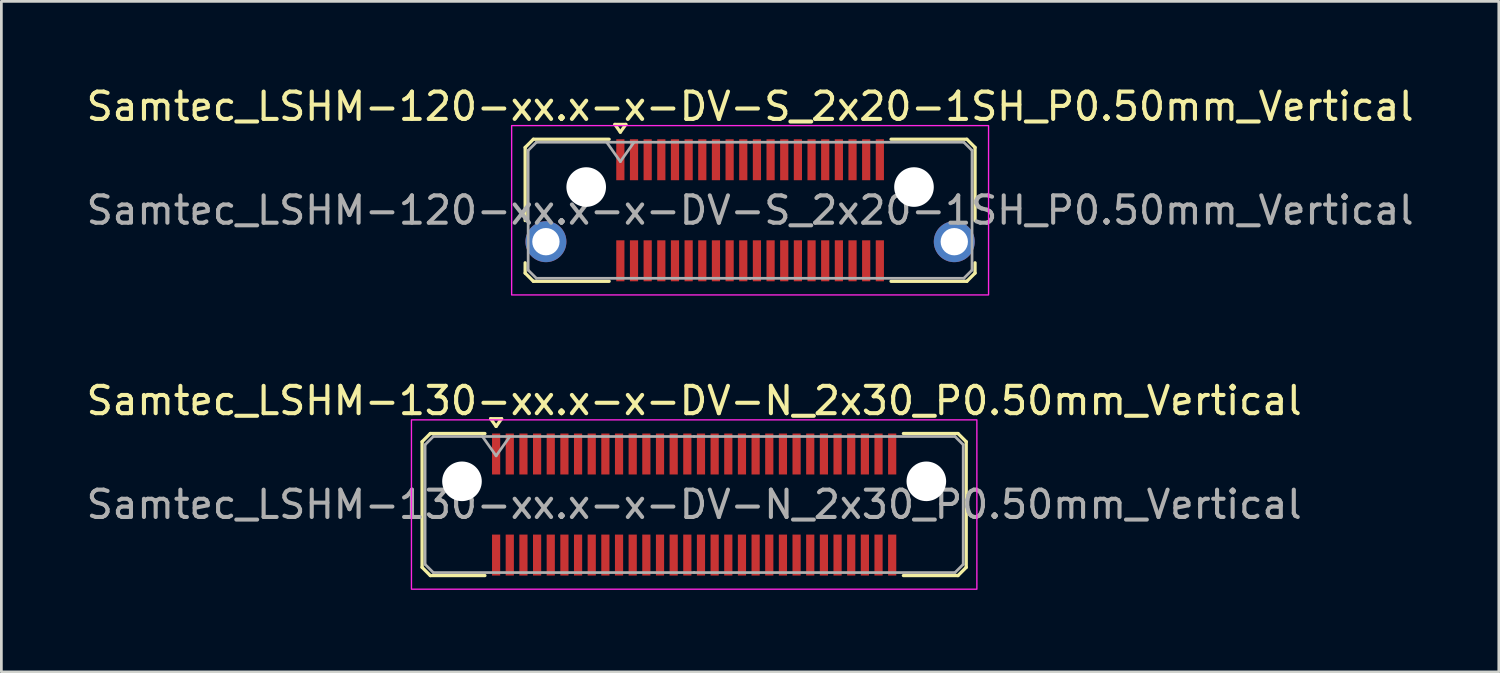
<source format=kicad_pcb>
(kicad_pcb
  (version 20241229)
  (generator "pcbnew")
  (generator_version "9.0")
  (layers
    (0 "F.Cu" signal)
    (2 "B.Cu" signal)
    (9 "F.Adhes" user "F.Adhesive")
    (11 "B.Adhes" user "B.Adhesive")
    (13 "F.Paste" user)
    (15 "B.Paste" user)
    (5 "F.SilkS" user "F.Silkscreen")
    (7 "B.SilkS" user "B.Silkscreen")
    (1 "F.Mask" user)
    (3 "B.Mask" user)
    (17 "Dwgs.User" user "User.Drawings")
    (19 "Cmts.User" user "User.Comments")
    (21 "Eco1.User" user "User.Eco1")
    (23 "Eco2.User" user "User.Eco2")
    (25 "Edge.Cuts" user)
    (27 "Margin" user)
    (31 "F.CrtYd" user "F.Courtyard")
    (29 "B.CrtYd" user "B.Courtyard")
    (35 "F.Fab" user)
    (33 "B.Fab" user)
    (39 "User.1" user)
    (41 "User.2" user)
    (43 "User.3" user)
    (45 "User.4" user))
  (footprint "Samtec_LSHM-120-xx.x-x-DV-S_2x20-1SH_P0.50mm_Vertical"
    (layer "F.Cu")
    (at 24.411 4.648)
    (property "Reference" "Samtec_LSHM-120-xx.x-x-DV-S_2x20-1SH_P0.50mm_Vertical" (at 0 -3.8 0) (layer "F.SilkS") (effects (font (size 1 1) (thickness 0.15))))
    (attr smd)
    (fp_line (start -8.235 -2.3) (end -8.235 0.377) (stroke (width 0.12) (type solid)) (layer "F.SilkS"))
    (fp_line (start -8.235 1.923) (end -8.235 2.3) (stroke (width 0.12) (type solid)) (layer "F.SilkS"))
    (fp_line (start -8.235 2.3) (end -7.935 2.6) (stroke (width 0.12) (type solid)) (layer "F.SilkS"))
    (fp_line (start -7.935 -2.6) (end -8.235 -2.3) (stroke (width 0.12) (type solid)) (layer "F.SilkS"))
    (fp_line (start -7.935 2.6) (end -5.16 2.6) (stroke (width 0.12) (type solid)) (layer "F.SilkS"))
    (fp_line (start -5.16 -2.6) (end -7.935 -2.6) (stroke (width 0.12) (type solid)) (layer "F.SilkS"))
    (fp_line (start -4.95 -3.143) (end -4.55 -3.143) (stroke (width 0.12) (type solid)) (layer "F.SilkS"))
    (fp_line (start -4.75 -2.86) (end -4.95 -3.143) (stroke (width 0.12) (type solid)) (layer "F.SilkS"))
    (fp_line (start -4.55 -3.143) (end -4.75 -2.86) (stroke (width 0.12) (type solid)) (layer "F.SilkS"))
    (fp_line (start 5.16 -2.6) (end 7.935 -2.6) (stroke (width 0.12) (type solid)) (layer "F.SilkS"))
    (fp_line (start 7.935 -2.6) (end 8.235 -2.3) (stroke (width 0.12) (type solid)) (layer "F.SilkS"))
    (fp_line (start 7.935 2.6) (end 5.16 2.6) (stroke (width 0.12) (type solid)) (layer "F.SilkS"))
    (fp_line (start 8.235 -2.3) (end 8.235 0.377) (stroke (width 0.12) (type solid)) (layer "F.SilkS"))
    (fp_line (start 8.235 1.923) (end 8.235 2.3) (stroke (width 0.12) (type solid)) (layer "F.SilkS"))
    (fp_line (start 8.235 2.3) (end 7.935 2.6) (stroke (width 0.12) (type solid)) (layer "F.SilkS"))
    (fp_rect (start -8.73 -3.1) (end 8.73 3.1) (stroke (width 0.05) (type solid)) (fill no) (layer "F.CrtYd"))
    (fp_line (start -8.125 -2.19) (end -8.125 2.19) (stroke (width 0.1) (type solid)) (layer "F.Fab"))
    (fp_line (start -8.125 2.19) (end -7.825 2.49) (stroke (width 0.1) (type solid)) (layer "F.Fab"))
    (fp_line (start -7.825 -2.49) (end -8.125 -2.19) (stroke (width 0.1) (type solid)) (layer "F.Fab"))
    (fp_line (start -7.825 2.49) (end 0 2.49) (stroke (width 0.1) (type solid)) (layer "F.Fab"))
    (fp_line (start -5.25 -2.49) (end -4.75 -1.783) (stroke (width 0.1) (type solid)) (layer "F.Fab"))
    (fp_line (start -4.75 -1.783) (end -4.25 -2.49) (stroke (width 0.1) (type solid)) (layer "F.Fab"))
    (fp_line (start 0 -2.49) (end -7.825 -2.49) (stroke (width 0.1) (type solid)) (layer "F.Fab"))
    (fp_line (start 0 -2.49) (end 7.825 -2.49) (stroke (width 0.1) (type solid)) (layer "F.Fab"))
    (fp_line (start 7.825 -2.49) (end 8.125 -2.19) (stroke (width 0.1) (type solid)) (layer "F.Fab"))
    (fp_line (start 7.825 2.49) (end 0 2.49) (stroke (width 0.1) (type solid)) (layer "F.Fab"))
    (fp_line (start 8.125 -2.19) (end 8.125 2.19) (stroke (width 0.1) (type solid)) (layer "F.Fab"))
    (fp_line (start 8.125 2.19) (end 7.825 2.49) (stroke (width 0.1) (type solid)) (layer "F.Fab"))
    (fp_text user "${REFERENCE}" (at 0 0 0) (layer "F.Fab") (effects (font (size 1 1) (thickness 0.15))))
    (pad "" np_thru_hole circle (at -6 -0.85) (size 1.45 1.45) (drill 1.45) (layers "*.Cu" "*.Mask"))
    (pad "" np_thru_hole circle (at 6 -0.85) (size 1.45 1.45) (drill 1.45) (layers "*.Cu" "*.Mask"))
    (pad "1" smd rect (at -4.75 -1.85) (size 0.3 1.5) (layers "F.Cu" "F.Mask" "F.Paste"))
    (pad "2" smd rect (at -4.75 1.85) (size 0.3 1.5) (layers "F.Cu" "F.Mask" "F.Paste"))
    (pad "3" smd rect (at -4.25 -1.85) (size 0.3 1.5) (layers "F.Cu" "F.Mask" "F.Paste"))
    (pad "4" smd rect (at -4.25 1.85) (size 0.3 1.5) (layers "F.Cu" "F.Mask" "F.Paste"))
    (pad "5" smd rect (at -3.75 -1.85) (size 0.3 1.5) (layers "F.Cu" "F.Mask" "F.Paste"))
    (pad "6" smd rect (at -3.75 1.85) (size 0.3 1.5) (layers "F.Cu" "F.Mask" "F.Paste"))
    (pad "7" smd rect (at -3.25 -1.85) (size 0.3 1.5) (layers "F.Cu" "F.Mask" "F.Paste"))
    (pad "8" smd rect (at -3.25 1.85) (size 0.3 1.5) (layers "F.Cu" "F.Mask" "F.Paste"))
    (pad "9" smd rect (at -2.75 -1.85) (size 0.3 1.5) (layers "F.Cu" "F.Mask" "F.Paste"))
    (pad "10" smd rect (at -2.75 1.85) (size 0.3 1.5) (layers "F.Cu" "F.Mask" "F.Paste"))
    (pad "11" smd rect (at -2.25 -1.85) (size 0.3 1.5) (layers "F.Cu" "F.Mask" "F.Paste"))
    (pad "12" smd rect (at -2.25 1.85) (size 0.3 1.5) (layers "F.Cu" "F.Mask" "F.Paste"))
    (pad "13" smd rect (at -1.75 -1.85) (size 0.3 1.5) (layers "F.Cu" "F.Mask" "F.Paste"))
    (pad "14" smd rect (at -1.75 1.85) (size 0.3 1.5) (layers "F.Cu" "F.Mask" "F.Paste"))
    (pad "15" smd rect (at -1.25 -1.85) (size 0.3 1.5) (layers "F.Cu" "F.Mask" "F.Paste"))
    (pad "16" smd rect (at -1.25 1.85) (size 0.3 1.5) (layers "F.Cu" "F.Mask" "F.Paste"))
    (pad "17" smd rect (at -0.75 -1.85) (size 0.3 1.5) (layers "F.Cu" "F.Mask" "F.Paste"))
    (pad "18" smd rect (at -0.75 1.85) (size 0.3 1.5) (layers "F.Cu" "F.Mask" "F.Paste"))
    (pad "19" smd rect (at -0.25 -1.85) (size 0.3 1.5) (layers "F.Cu" "F.Mask" "F.Paste"))
    (pad "20" smd rect (at -0.25 1.85) (size 0.3 1.5) (layers "F.Cu" "F.Mask" "F.Paste"))
    (pad "21" smd rect (at 0.25 -1.85) (size 0.3 1.5) (layers "F.Cu" "F.Mask" "F.Paste"))
    (pad "22" smd rect (at 0.25 1.85) (size 0.3 1.5) (layers "F.Cu" "F.Mask" "F.Paste"))
    (pad "23" smd rect (at 0.75 -1.85) (size 0.3 1.5) (layers "F.Cu" "F.Mask" "F.Paste"))
    (pad "24" smd rect (at 0.75 1.85) (size 0.3 1.5) (layers "F.Cu" "F.Mask" "F.Paste"))
    (pad "25" smd rect (at 1.25 -1.85) (size 0.3 1.5) (layers "F.Cu" "F.Mask" "F.Paste"))
    (pad "26" smd rect (at 1.25 1.85) (size 0.3 1.5) (layers "F.Cu" "F.Mask" "F.Paste"))
    (pad "27" smd rect (at 1.75 -1.85) (size 0.3 1.5) (layers "F.Cu" "F.Mask" "F.Paste"))
    (pad "28" smd rect (at 1.75 1.85) (size 0.3 1.5) (layers "F.Cu" "F.Mask" "F.Paste"))
    (pad "29" smd rect (at 2.25 -1.85) (size 0.3 1.5) (layers "F.Cu" "F.Mask" "F.Paste"))
    (pad "30" smd rect (at 2.25 1.85) (size 0.3 1.5) (layers "F.Cu" "F.Mask" "F.Paste"))
    (pad "31" smd rect (at 2.75 -1.85) (size 0.3 1.5) (layers "F.Cu" "F.Mask" "F.Paste"))
    (pad "32" smd rect (at 2.75 1.85) (size 0.3 1.5) (layers "F.Cu" "F.Mask" "F.Paste"))
    (pad "33" smd rect (at 3.25 -1.85) (size 0.3 1.5) (layers "F.Cu" "F.Mask" "F.Paste"))
    (pad "34" smd rect (at 3.25 1.85) (size 0.3 1.5) (layers "F.Cu" "F.Mask" "F.Paste"))
    (pad "35" smd rect (at 3.75 -1.85) (size 0.3 1.5) (layers "F.Cu" "F.Mask" "F.Paste"))
    (pad "36" smd rect (at 3.75 1.85) (size 0.3 1.5) (layers "F.Cu" "F.Mask" "F.Paste"))
    (pad "37" smd rect (at 4.25 -1.85) (size 0.3 1.5) (layers "F.Cu" "F.Mask" "F.Paste"))
    (pad "38" smd rect (at 4.25 1.85) (size 0.3 1.5) (layers "F.Cu" "F.Mask" "F.Paste"))
    (pad "39" smd rect (at 4.75 -1.85) (size 0.3 1.5) (layers "F.Cu" "F.Mask" "F.Paste"))
    (pad "40" smd rect (at 4.75 1.85) (size 0.3 1.5) (layers "F.Cu" "F.Mask" "F.Paste"))
    (pad "SH" thru_hole circle (at -7.475 1.15) (size 1.5 1.5) (drill 1) (layers "*.Cu" "*.Mask"))
    (pad "SH" thru_hole circle (at 7.475 1.15) (size 1.5 1.5) (drill 1) (layers "*.Cu" "*.Mask")))
  (footprint "Samtec_LSHM-130-xx.x-x-DV-N_2x30_P0.50mm_Vertical"
    (layer "F.Cu")
    (at 22.363 15.421)
    (property "Reference" "Samtec_LSHM-130-xx.x-x-DV-N_2x30_P0.50mm_Vertical" (at 0 -3.8 0) (layer "F.SilkS") (effects (font (size 1 1) (thickness 0.15))))
    (attr smd)
    (fp_line (start -9.96 -2.3) (end -9.96 2.3) (stroke (width 0.12) (type solid)) (layer "F.SilkS"))
    (fp_line (start -9.96 2.3) (end -9.66 2.6) (stroke (width 0.12) (type solid)) (layer "F.SilkS"))
    (fp_line (start -9.66 -2.6) (end -9.96 -2.3) (stroke (width 0.12) (type solid)) (layer "F.SilkS"))
    (fp_line (start -9.66 2.6) (end -7.66 2.6) (stroke (width 0.12) (type solid)) (layer "F.SilkS"))
    (fp_line (start -7.66 -2.6) (end -9.66 -2.6) (stroke (width 0.12) (type solid)) (layer "F.SilkS"))
    (fp_line (start -7.45 -3.143) (end -7.05 -3.143) (stroke (width 0.12) (type solid)) (layer "F.SilkS"))
    (fp_line (start -7.25 -2.86) (end -7.45 -3.143) (stroke (width 0.12) (type solid)) (layer "F.SilkS"))
    (fp_line (start -7.05 -3.143) (end -7.25 -2.86) (stroke (width 0.12) (type solid)) (layer "F.SilkS"))
    (fp_line (start 7.66 -2.6) (end 9.66 -2.6) (stroke (width 0.12) (type solid)) (layer "F.SilkS"))
    (fp_line (start 9.66 -2.6) (end 9.96 -2.3) (stroke (width 0.12) (type solid)) (layer "F.SilkS"))
    (fp_line (start 9.66 2.6) (end 7.66 2.6) (stroke (width 0.12) (type solid)) (layer "F.SilkS"))
    (fp_line (start 9.96 -2.3) (end 9.96 2.3) (stroke (width 0.12) (type solid)) (layer "F.SilkS"))
    (fp_line (start 9.96 2.3) (end 9.66 2.6) (stroke (width 0.12) (type solid)) (layer "F.SilkS"))
    (fp_rect (start -10.35 -3.1) (end 10.35 3.1) (stroke (width 0.05) (type solid)) (fill no) (layer "F.CrtYd"))
    (fp_line (start -9.85 -2.19) (end -9.85 2.19) (stroke (width 0.1) (type solid)) (layer "F.Fab"))
    (fp_line (start -9.85 2.19) (end -9.55 2.49) (stroke (width 0.1) (type solid)) (layer "F.Fab"))
    (fp_line (start -9.55 -2.49) (end -9.85 -2.19) (stroke (width 0.1) (type solid)) (layer "F.Fab"))
    (fp_line (start -9.55 2.49) (end 0 2.49) (stroke (width 0.1) (type solid)) (layer "F.Fab"))
    (fp_line (start -7.75 -2.49) (end -7.25 -1.783) (stroke (width 0.1) (type solid)) (layer "F.Fab"))
    (fp_line (start -7.25 -1.783) (end -6.75 -2.49) (stroke (width 0.1) (type solid)) (layer "F.Fab"))
    (fp_line (start 0 -2.49) (end -9.55 -2.49) (stroke (width 0.1) (type solid)) (layer "F.Fab"))
    (fp_line (start 0 -2.49) (end 9.55 -2.49) (stroke (width 0.1) (type solid)) (layer "F.Fab"))
    (fp_line (start 9.55 -2.49) (end 9.85 -2.19) (stroke (width 0.1) (type solid)) (layer "F.Fab"))
    (fp_line (start 9.55 2.49) (end 0 2.49) (stroke (width 0.1) (type solid)) (layer "F.Fab"))
    (fp_line (start 9.85 -2.19) (end 9.85 2.19) (stroke (width 0.1) (type solid)) (layer "F.Fab"))
    (fp_line (start 9.85 2.19) (end 9.55 2.49) (stroke (width 0.1) (type solid)) (layer "F.Fab"))
    (fp_text user "${REFERENCE}" (at 0 0 0) (layer "F.Fab") (effects (font (size 1 1) (thickness 0.15))))
    (pad "" np_thru_hole circle (at -8.5 -0.85) (size 1.45 1.45) (drill 1.45) (layers "*.Cu" "*.Mask"))
    (pad "" np_thru_hole circle (at 8.5 -0.85) (size 1.45 1.45) (drill 1.45) (layers "*.Cu" "*.Mask"))
    (pad "1" smd rect (at -7.25 -1.85) (size 0.3 1.5) (layers "F.Cu" "F.Mask" "F.Paste"))
    (pad "2" smd rect (at -7.25 1.85) (size 0.3 1.5) (layers "F.Cu" "F.Mask" "F.Paste"))
    (pad "3" smd rect (at -6.75 -1.85) (size 0.3 1.5) (layers "F.Cu" "F.Mask" "F.Paste"))
    (pad "4" smd rect (at -6.75 1.85) (size 0.3 1.5) (layers "F.Cu" "F.Mask" "F.Paste"))
    (pad "5" smd rect (at -6.25 -1.85) (size 0.3 1.5) (layers "F.Cu" "F.Mask" "F.Paste"))
    (pad "6" smd rect (at -6.25 1.85) (size 0.3 1.5) (layers "F.Cu" "F.Mask" "F.Paste"))
    (pad "7" smd rect (at -5.75 -1.85) (size 0.3 1.5) (layers "F.Cu" "F.Mask" "F.Paste"))
    (pad "8" smd rect (at -5.75 1.85) (size 0.3 1.5) (layers "F.Cu" "F.Mask" "F.Paste"))
    (pad "9" smd rect (at -5.25 -1.85) (size 0.3 1.5) (layers "F.Cu" "F.Mask" "F.Paste"))
    (pad "10" smd rect (at -5.25 1.85) (size 0.3 1.5) (layers "F.Cu" "F.Mask" "F.Paste"))
    (pad "11" smd rect (at -4.75 -1.85) (size 0.3 1.5) (layers "F.Cu" "F.Mask" "F.Paste"))
    (pad "12" smd rect (at -4.75 1.85) (size 0.3 1.5) (layers "F.Cu" "F.Mask" "F.Paste"))
    (pad "13" smd rect (at -4.25 -1.85) (size 0.3 1.5) (layers "F.Cu" "F.Mask" "F.Paste"))
    (pad "14" smd rect (at -4.25 1.85) (size 0.3 1.5) (layers "F.Cu" "F.Mask" "F.Paste"))
    (pad "15" smd rect (at -3.75 -1.85) (size 0.3 1.5) (layers "F.Cu" "F.Mask" "F.Paste"))
    (pad "16" smd rect (at -3.75 1.85) (size 0.3 1.5) (layers "F.Cu" "F.Mask" "F.Paste"))
    (pad "17" smd rect (at -3.25 -1.85) (size 0.3 1.5) (layers "F.Cu" "F.Mask" "F.Paste"))
    (pad "18" smd rect (at -3.25 1.85) (size 0.3 1.5) (layers "F.Cu" "F.Mask" "F.Paste"))
    (pad "19" smd rect (at -2.75 -1.85) (size 0.3 1.5) (layers "F.Cu" "F.Mask" "F.Paste"))
    (pad "20" smd rect (at -2.75 1.85) (size 0.3 1.5) (layers "F.Cu" "F.Mask" "F.Paste"))
    (pad "21" smd rect (at -2.25 -1.85) (size 0.3 1.5) (layers "F.Cu" "F.Mask" "F.Paste"))
    (pad "22" smd rect (at -2.25 1.85) (size 0.3 1.5) (layers "F.Cu" "F.Mask" "F.Paste"))
    (pad "23" smd rect (at -1.75 -1.85) (size 0.3 1.5) (layers "F.Cu" "F.Mask" "F.Paste"))
    (pad "24" smd rect (at -1.75 1.85) (size 0.3 1.5) (layers "F.Cu" "F.Mask" "F.Paste"))
    (pad "25" smd rect (at -1.25 -1.85) (size 0.3 1.5) (layers "F.Cu" "F.Mask" "F.Paste"))
    (pad "26" smd rect (at -1.25 1.85) (size 0.3 1.5) (layers "F.Cu" "F.Mask" "F.Paste"))
    (pad "27" smd rect (at -0.75 -1.85) (size 0.3 1.5) (layers "F.Cu" "F.Mask" "F.Paste"))
    (pad "28" smd rect (at -0.75 1.85) (size 0.3 1.5) (layers "F.Cu" "F.Mask" "F.Paste"))
    (pad "29" smd rect (at -0.25 -1.85) (size 0.3 1.5) (layers "F.Cu" "F.Mask" "F.Paste"))
    (pad "30" smd rect (at -0.25 1.85) (size 0.3 1.5) (layers "F.Cu" "F.Mask" "F.Paste"))
    (pad "31" smd rect (at 0.25 -1.85) (size 0.3 1.5) (layers "F.Cu" "F.Mask" "F.Paste"))
    (pad "32" smd rect (at 0.25 1.85) (size 0.3 1.5) (layers "F.Cu" "F.Mask" "F.Paste"))
    (pad "33" smd rect (at 0.75 -1.85) (size 0.3 1.5) (layers "F.Cu" "F.Mask" "F.Paste"))
    (pad "34" smd rect (at 0.75 1.85) (size 0.3 1.5) (layers "F.Cu" "F.Mask" "F.Paste"))
    (pad "35" smd rect (at 1.25 -1.85) (size 0.3 1.5) (layers "F.Cu" "F.Mask" "F.Paste"))
    (pad "36" smd rect (at 1.25 1.85) (size 0.3 1.5) (layers "F.Cu" "F.Mask" "F.Paste"))
    (pad "37" smd rect (at 1.75 -1.85) (size 0.3 1.5) (layers "F.Cu" "F.Mask" "F.Paste"))
    (pad "38" smd rect (at 1.75 1.85) (size 0.3 1.5) (layers "F.Cu" "F.Mask" "F.Paste"))
    (pad "39" smd rect (at 2.25 -1.85) (size 0.3 1.5) (layers "F.Cu" "F.Mask" "F.Paste"))
    (pad "40" smd rect (at 2.25 1.85) (size 0.3 1.5) (layers "F.Cu" "F.Mask" "F.Paste"))
    (pad "41" smd rect (at 2.75 -1.85) (size 0.3 1.5) (layers "F.Cu" "F.Mask" "F.Paste"))
    (pad "42" smd rect (at 2.75 1.85) (size 0.3 1.5) (layers "F.Cu" "F.Mask" "F.Paste"))
    (pad "43" smd rect (at 3.25 -1.85) (size 0.3 1.5) (layers "F.Cu" "F.Mask" "F.Paste"))
    (pad "44" smd rect (at 3.25 1.85) (size 0.3 1.5) (layers "F.Cu" "F.Mask" "F.Paste"))
    (pad "45" smd rect (at 3.75 -1.85) (size 0.3 1.5) (layers "F.Cu" "F.Mask" "F.Paste"))
    (pad "46" smd rect (at 3.75 1.85) (size 0.3 1.5) (layers "F.Cu" "F.Mask" "F.Paste"))
    (pad "47" smd rect (at 4.25 -1.85) (size 0.3 1.5) (layers "F.Cu" "F.Mask" "F.Paste"))
    (pad "48" smd rect (at 4.25 1.85) (size 0.3 1.5) (layers "F.Cu" "F.Mask" "F.Paste"))
    (pad "49" smd rect (at 4.75 -1.85) (size 0.3 1.5) (layers "F.Cu" "F.Mask" "F.Paste"))
    (pad "50" smd rect (at 4.75 1.85) (size 0.3 1.5) (layers "F.Cu" "F.Mask" "F.Paste"))
    (pad "51" smd rect (at 5.25 -1.85) (size 0.3 1.5) (layers "F.Cu" "F.Mask" "F.Paste"))
    (pad "52" smd rect (at 5.25 1.85) (size 0.3 1.5) (layers "F.Cu" "F.Mask" "F.Paste"))
    (pad "53" smd rect (at 5.75 -1.85) (size 0.3 1.5) (layers "F.Cu" "F.Mask" "F.Paste"))
    (pad "54" smd rect (at 5.75 1.85) (size 0.3 1.5) (layers "F.Cu" "F.Mask" "F.Paste"))
    (pad "55" smd rect (at 6.25 -1.85) (size 0.3 1.5) (layers "F.Cu" "F.Mask" "F.Paste"))
    (pad "56" smd rect (at 6.25 1.85) (size 0.3 1.5) (layers "F.Cu" "F.Mask" "F.Paste"))
    (pad "57" smd rect (at 6.75 -1.85) (size 0.3 1.5) (layers "F.Cu" "F.Mask" "F.Paste"))
    (pad "58" smd rect (at 6.75 1.85) (size 0.3 1.5) (layers "F.Cu" "F.Mask" "F.Paste"))
    (pad "59" smd rect (at 7.25 -1.85) (size 0.3 1.5) (layers "F.Cu" "F.Mask" "F.Paste"))
    (pad "60" smd rect (at 7.25 1.85) (size 0.3 1.5) (layers "F.Cu" "F.Mask" "F.Paste")))
  (gr_rect
    (start -3 -3)
    (end 51.821 21.547)
    (stroke (width 0.1) (type default))
    (fill no)
    (layer "Edge.Cuts")))
</source>
